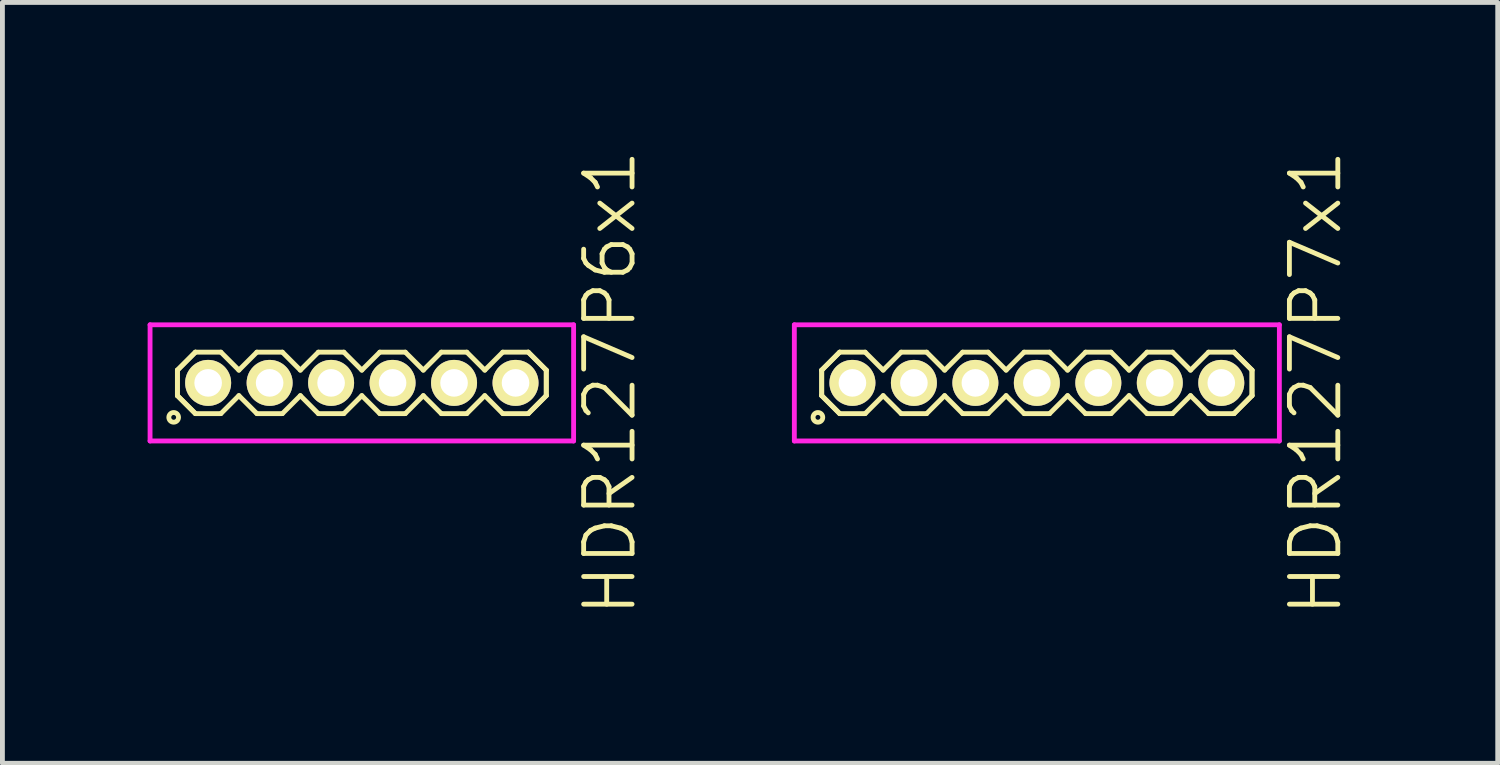
<source format=kicad_pcb>
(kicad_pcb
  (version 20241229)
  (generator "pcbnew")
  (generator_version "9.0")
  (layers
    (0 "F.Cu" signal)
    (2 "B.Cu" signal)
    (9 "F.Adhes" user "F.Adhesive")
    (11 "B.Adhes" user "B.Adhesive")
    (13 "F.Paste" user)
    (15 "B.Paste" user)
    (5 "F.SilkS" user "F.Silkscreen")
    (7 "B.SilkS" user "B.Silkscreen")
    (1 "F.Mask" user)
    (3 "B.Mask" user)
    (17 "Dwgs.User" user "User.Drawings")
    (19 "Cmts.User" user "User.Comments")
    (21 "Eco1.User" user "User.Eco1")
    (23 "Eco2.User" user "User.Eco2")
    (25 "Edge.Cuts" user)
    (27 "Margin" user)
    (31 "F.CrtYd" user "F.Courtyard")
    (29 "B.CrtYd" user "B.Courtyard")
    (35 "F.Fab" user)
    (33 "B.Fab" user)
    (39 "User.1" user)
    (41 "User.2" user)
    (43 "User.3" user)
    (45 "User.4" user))
  (footprint "HDR127P7x1"
    (layer "F.Cu")
    (at 18.37 4.86)
    (property "Reference" "HDR127P7x1" (at 5.76 0 90) (layer "F.SilkS") (effects (font (size 1 1) (thickness 0.1))))
    (attr through_hole)
    (fp_line (start -4.445 -0.263) (end -4.073 -0.635) (stroke (width 0.1) (type solid)) (layer "F.SilkS"))
    (fp_line (start -4.445 -0.263) (end -4.073 -0.635) (stroke (width 0.1) (type solid)) (layer "F.SilkS"))
    (fp_line (start -4.445 0.263) (end -4.445 -0.263) (stroke (width 0.1) (type solid)) (layer "F.SilkS"))
    (fp_line (start -4.445 0.263) (end -4.445 -0.263) (stroke (width 0.1) (type solid)) (layer "F.SilkS"))
    (fp_line (start -4.073 -0.635) (end -3.547 -0.635) (stroke (width 0.1) (type solid)) (layer "F.SilkS"))
    (fp_line (start -4.073 0.635) (end -4.445 0.263) (stroke (width 0.1) (type solid)) (layer "F.SilkS"))
    (fp_line (start -4.073 0.635) (end -4.445 0.263) (stroke (width 0.1) (type solid)) (layer "F.SilkS"))
    (fp_line (start -3.547 -0.635) (end -3.175 -0.263) (stroke (width 0.1) (type solid)) (layer "F.SilkS"))
    (fp_line (start -3.547 0.635) (end -4.073 0.635) (stroke (width 0.1) (type solid)) (layer "F.SilkS"))
    (fp_line (start -3.175 -0.263) (end -2.803 -0.635) (stroke (width 0.1) (type solid)) (layer "F.SilkS"))
    (fp_line (start -3.175 0.263) (end -3.547 0.635) (stroke (width 0.1) (type solid)) (layer "F.SilkS"))
    (fp_line (start -2.803 -0.635) (end -2.277 -0.635) (stroke (width 0.1) (type solid)) (layer "F.SilkS"))
    (fp_line (start -2.803 0.635) (end -3.175 0.263) (stroke (width 0.1) (type solid)) (layer "F.SilkS"))
    (fp_line (start -2.277 -0.635) (end -1.905 -0.263) (stroke (width 0.1) (type solid)) (layer "F.SilkS"))
    (fp_line (start -2.277 0.635) (end -2.803 0.635) (stroke (width 0.1) (type solid)) (layer "F.SilkS"))
    (fp_line (start -1.905 -0.263) (end -1.533 -0.635) (stroke (width 0.1) (type solid)) (layer "F.SilkS"))
    (fp_line (start -1.905 0.263) (end -2.277 0.635) (stroke (width 0.1) (type solid)) (layer "F.SilkS"))
    (fp_line (start -1.533 -0.635) (end -1.007 -0.635) (stroke (width 0.1) (type solid)) (layer "F.SilkS"))
    (fp_line (start -1.533 0.635) (end -1.905 0.263) (stroke (width 0.1) (type solid)) (layer "F.SilkS"))
    (fp_line (start -1.007 -0.635) (end -0.635 -0.263) (stroke (width 0.1) (type solid)) (layer "F.SilkS"))
    (fp_line (start -1.007 0.635) (end -1.533 0.635) (stroke (width 0.1) (type solid)) (layer "F.SilkS"))
    (fp_line (start -0.635 -0.263) (end -0.263 -0.635) (stroke (width 0.1) (type solid)) (layer "F.SilkS"))
    (fp_line (start -0.635 0.263) (end -1.007 0.635) (stroke (width 0.1) (type solid)) (layer "F.SilkS"))
    (fp_line (start -0.263 -0.635) (end 0.263 -0.635) (stroke (width 0.1) (type solid)) (layer "F.SilkS"))
    (fp_line (start -0.263 0.635) (end -0.635 0.263) (stroke (width 0.1) (type solid)) (layer "F.SilkS"))
    (fp_line (start 0.263 -0.635) (end 0.635 -0.263) (stroke (width 0.1) (type solid)) (layer "F.SilkS"))
    (fp_line (start 0.263 0.635) (end -0.263 0.635) (stroke (width 0.1) (type solid)) (layer "F.SilkS"))
    (fp_line (start 0.635 -0.263) (end 1.007 -0.635) (stroke (width 0.1) (type solid)) (layer "F.SilkS"))
    (fp_line (start 0.635 0.263) (end 0.263 0.635) (stroke (width 0.1) (type solid)) (layer "F.SilkS"))
    (fp_line (start 1.007 -0.635) (end 1.533 -0.635) (stroke (width 0.1) (type solid)) (layer "F.SilkS"))
    (fp_line (start 1.007 0.635) (end 0.635 0.263) (stroke (width 0.1) (type solid)) (layer "F.SilkS"))
    (fp_line (start 1.533 -0.635) (end 1.905 -0.263) (stroke (width 0.1) (type solid)) (layer "F.SilkS"))
    (fp_line (start 1.533 0.635) (end 1.007 0.635) (stroke (width 0.1) (type solid)) (layer "F.SilkS"))
    (fp_line (start 1.905 -0.263) (end 2.277 -0.635) (stroke (width 0.1) (type solid)) (layer "F.SilkS"))
    (fp_line (start 1.905 0.263) (end 1.533 0.635) (stroke (width 0.1) (type solid)) (layer "F.SilkS"))
    (fp_line (start 2.277 -0.635) (end 2.803 -0.635) (stroke (width 0.1) (type solid)) (layer "F.SilkS"))
    (fp_line (start 2.277 0.635) (end 1.905 0.263) (stroke (width 0.1) (type solid)) (layer "F.SilkS"))
    (fp_line (start 2.803 -0.635) (end 3.175 -0.263) (stroke (width 0.1) (type solid)) (layer "F.SilkS"))
    (fp_line (start 2.803 0.635) (end 2.277 0.635) (stroke (width 0.1) (type solid)) (layer "F.SilkS"))
    (fp_line (start 3.175 -0.263) (end 3.547 -0.635) (stroke (width 0.1) (type solid)) (layer "F.SilkS"))
    (fp_line (start 3.175 0.263) (end 2.803 0.635) (stroke (width 0.1) (type solid)) (layer "F.SilkS"))
    (fp_line (start 3.547 -0.635) (end 4.073 -0.635) (stroke (width 0.1) (type solid)) (layer "F.SilkS"))
    (fp_line (start 3.547 0.635) (end 3.175 0.263) (stroke (width 0.1) (type solid)) (layer "F.SilkS"))
    (fp_line (start 4.073 -0.635) (end 4.445 -0.263) (stroke (width 0.1) (type solid)) (layer "F.SilkS"))
    (fp_line (start 4.073 -0.635) (end 4.445 -0.263) (stroke (width 0.1) (type solid)) (layer "F.SilkS"))
    (fp_line (start 4.073 0.635) (end 3.547 0.635) (stroke (width 0.1) (type solid)) (layer "F.SilkS"))
    (fp_line (start 4.445 -0.263) (end 4.445 0.263) (stroke (width 0.1) (type solid)) (layer "F.SilkS"))
    (fp_line (start 4.445 -0.263) (end 4.445 0.263) (stroke (width 0.1) (type solid)) (layer "F.SilkS"))
    (fp_line (start 4.445 0.263) (end 4.073 0.635) (stroke (width 0.1) (type solid)) (layer "F.SilkS"))
    (fp_line (start 4.445 0.263) (end 4.073 0.635) (stroke (width 0.1) (type solid)) (layer "F.SilkS"))
    (fp_circle (center -4.523 0.712) (end -4.423 0.712) (stroke (width 0.1) (type solid)) (fill no) (layer "F.SilkS"))
    (fp_line (start -5.01 -1.2) (end -5.01 1.2) (stroke (width 0.1) (type solid)) (layer "F.CrtYd"))
    (fp_line (start -5.01 1.2) (end 5.01 1.2) (stroke (width 0.1) (type solid)) (layer "F.CrtYd"))
    (fp_line (start 5.01 -1.2) (end -5.01 -1.2) (stroke (width 0.1) (type solid)) (layer "F.CrtYd"))
    (fp_line (start 5.01 1.2) (end 5.01 -1.2) (stroke (width 0.1) (type solid)) (layer "F.CrtYd"))
    (pad "1" thru_hole oval (at -3.81 0) (size 0.95 0.95) (drill 0.57) (layers "*.Cu" "*.Mask" "F.SilkS"))
    (pad "2" thru_hole oval (at -2.54 0) (size 0.95 0.95) (drill 0.57) (layers "*.Cu" "*.Mask" "F.SilkS"))
    (pad "3" thru_hole oval (at -1.27 0) (size 0.95 0.95) (drill 0.57) (layers "*.Cu" "*.Mask" "F.SilkS"))
    (pad "4" thru_hole oval (at 0 0) (size 0.95 0.95) (drill 0.57) (layers "*.Cu" "*.Mask" "F.SilkS"))
    (pad "5" thru_hole oval (at 1.27 0) (size 0.95 0.95) (drill 0.57) (layers "*.Cu" "*.Mask" "F.SilkS"))
    (pad "6" thru_hole oval (at 2.54 0) (size 0.95 0.95) (drill 0.57) (layers "*.Cu" "*.Mask" "F.SilkS"))
    (pad "7" thru_hole oval (at 3.81 0) (size 0.95 0.95) (drill 0.57) (layers "*.Cu" "*.Mask" "F.SilkS")))
  (footprint "HDR127P6x1"
    (layer "F.Cu")
    (at 4.425 4.86)
    (property "Reference" "HDR127P6x1" (at 5.125 0 90) (layer "F.SilkS") (effects (font (size 1 1) (thickness 0.1))))
    (attr through_hole)
    (fp_line (start -3.81 -0.263) (end -3.438 -0.635) (stroke (width 0.1) (type solid)) (layer "F.SilkS"))
    (fp_line (start -3.81 -0.263) (end -3.438 -0.635) (stroke (width 0.1) (type solid)) (layer "F.SilkS"))
    (fp_line (start -3.81 0.263) (end -3.81 -0.263) (stroke (width 0.1) (type solid)) (layer "F.SilkS"))
    (fp_line (start -3.81 0.263) (end -3.81 -0.263) (stroke (width 0.1) (type solid)) (layer "F.SilkS"))
    (fp_line (start -3.438 -0.635) (end -2.912 -0.635) (stroke (width 0.1) (type solid)) (layer "F.SilkS"))
    (fp_line (start -3.438 0.635) (end -3.81 0.263) (stroke (width 0.1) (type solid)) (layer "F.SilkS"))
    (fp_line (start -3.438 0.635) (end -3.81 0.263) (stroke (width 0.1) (type solid)) (layer "F.SilkS"))
    (fp_line (start -2.912 -0.635) (end -2.54 -0.263) (stroke (width 0.1) (type solid)) (layer "F.SilkS"))
    (fp_line (start -2.912 0.635) (end -3.438 0.635) (stroke (width 0.1) (type solid)) (layer "F.SilkS"))
    (fp_line (start -2.54 -0.263) (end -2.168 -0.635) (stroke (width 0.1) (type solid)) (layer "F.SilkS"))
    (fp_line (start -2.54 0.263) (end -2.912 0.635) (stroke (width 0.1) (type solid)) (layer "F.SilkS"))
    (fp_line (start -2.168 -0.635) (end -1.642 -0.635) (stroke (width 0.1) (type solid)) (layer "F.SilkS"))
    (fp_line (start -2.168 0.635) (end -2.54 0.263) (stroke (width 0.1) (type solid)) (layer "F.SilkS"))
    (fp_line (start -1.642 -0.635) (end -1.27 -0.263) (stroke (width 0.1) (type solid)) (layer "F.SilkS"))
    (fp_line (start -1.642 0.635) (end -2.168 0.635) (stroke (width 0.1) (type solid)) (layer "F.SilkS"))
    (fp_line (start -1.27 -0.263) (end -0.898 -0.635) (stroke (width 0.1) (type solid)) (layer "F.SilkS"))
    (fp_line (start -1.27 0.263) (end -1.642 0.635) (stroke (width 0.1) (type solid)) (layer "F.SilkS"))
    (fp_line (start -0.898 -0.635) (end -0.372 -0.635) (stroke (width 0.1) (type solid)) (layer "F.SilkS"))
    (fp_line (start -0.898 0.635) (end -1.27 0.263) (stroke (width 0.1) (type solid)) (layer "F.SilkS"))
    (fp_line (start -0.372 -0.635) (end 0 -0.263) (stroke (width 0.1) (type solid)) (layer "F.SilkS"))
    (fp_line (start -0.372 0.635) (end -0.898 0.635) (stroke (width 0.1) (type solid)) (layer "F.SilkS"))
    (fp_line (start 0 -0.263) (end 0.372 -0.635) (stroke (width 0.1) (type solid)) (layer "F.SilkS"))
    (fp_line (start 0 0.263) (end -0.372 0.635) (stroke (width 0.1) (type solid)) (layer "F.SilkS"))
    (fp_line (start 0.372 -0.635) (end 0.898 -0.635) (stroke (width 0.1) (type solid)) (layer "F.SilkS"))
    (fp_line (start 0.372 0.635) (end 0 0.263) (stroke (width 0.1) (type solid)) (layer "F.SilkS"))
    (fp_line (start 0.898 -0.635) (end 1.27 -0.263) (stroke (width 0.1) (type solid)) (layer "F.SilkS"))
    (fp_line (start 0.898 0.635) (end 0.372 0.635) (stroke (width 0.1) (type solid)) (layer "F.SilkS"))
    (fp_line (start 1.27 -0.263) (end 1.642 -0.635) (stroke (width 0.1) (type solid)) (layer "F.SilkS"))
    (fp_line (start 1.27 0.263) (end 0.898 0.635) (stroke (width 0.1) (type solid)) (layer "F.SilkS"))
    (fp_line (start 1.642 -0.635) (end 2.168 -0.635) (stroke (width 0.1) (type solid)) (layer "F.SilkS"))
    (fp_line (start 1.642 0.635) (end 1.27 0.263) (stroke (width 0.1) (type solid)) (layer "F.SilkS"))
    (fp_line (start 2.168 -0.635) (end 2.54 -0.263) (stroke (width 0.1) (type solid)) (layer "F.SilkS"))
    (fp_line (start 2.168 0.635) (end 1.642 0.635) (stroke (width 0.1) (type solid)) (layer "F.SilkS"))
    (fp_line (start 2.54 -0.263) (end 2.912 -0.635) (stroke (width 0.1) (type solid)) (layer "F.SilkS"))
    (fp_line (start 2.54 0.263) (end 2.168 0.635) (stroke (width 0.1) (type solid)) (layer "F.SilkS"))
    (fp_line (start 2.912 -0.635) (end 3.438 -0.635) (stroke (width 0.1) (type solid)) (layer "F.SilkS"))
    (fp_line (start 2.912 0.635) (end 2.54 0.263) (stroke (width 0.1) (type solid)) (layer "F.SilkS"))
    (fp_line (start 3.438 -0.635) (end 3.81 -0.263) (stroke (width 0.1) (type solid)) (layer "F.SilkS"))
    (fp_line (start 3.438 -0.635) (end 3.81 -0.263) (stroke (width 0.1) (type solid)) (layer "F.SilkS"))
    (fp_line (start 3.438 0.635) (end 2.912 0.635) (stroke (width 0.1) (type solid)) (layer "F.SilkS"))
    (fp_line (start 3.81 -0.263) (end 3.81 0.263) (stroke (width 0.1) (type solid)) (layer "F.SilkS"))
    (fp_line (start 3.81 -0.263) (end 3.81 0.263) (stroke (width 0.1) (type solid)) (layer "F.SilkS"))
    (fp_line (start 3.81 0.263) (end 3.438 0.635) (stroke (width 0.1) (type solid)) (layer "F.SilkS"))
    (fp_line (start 3.81 0.263) (end 3.438 0.635) (stroke (width 0.1) (type solid)) (layer "F.SilkS"))
    (fp_circle (center -3.887 0.712) (end -3.787 0.712) (stroke (width 0.1) (type solid)) (fill no) (layer "F.SilkS"))
    (fp_line (start -4.375 -1.2) (end -4.375 1.2) (stroke (width 0.1) (type solid)) (layer "F.CrtYd"))
    (fp_line (start -4.375 1.2) (end 4.375 1.2) (stroke (width 0.1) (type solid)) (layer "F.CrtYd"))
    (fp_line (start 4.375 -1.2) (end -4.375 -1.2) (stroke (width 0.1) (type solid)) (layer "F.CrtYd"))
    (fp_line (start 4.375 1.2) (end 4.375 -1.2) (stroke (width 0.1) (type solid)) (layer "F.CrtYd"))
    (pad "1" thru_hole oval (at -3.175 0) (size 0.95 0.95) (drill 0.57) (layers "*.Cu" "*.Mask" "F.SilkS"))
    (pad "2" thru_hole oval (at -1.905 0) (size 0.95 0.95) (drill 0.57) (layers "*.Cu" "*.Mask" "F.SilkS"))
    (pad "3" thru_hole oval (at -0.635 0) (size 0.95 0.95) (drill 0.57) (layers "*.Cu" "*.Mask" "F.SilkS"))
    (pad "4" thru_hole oval (at 0.635 0) (size 0.95 0.95) (drill 0.57) (layers "*.Cu" "*.Mask" "F.SilkS"))
    (pad "5" thru_hole oval (at 1.905 0) (size 0.95 0.95) (drill 0.57) (layers "*.Cu" "*.Mask" "F.SilkS"))
    (pad "6" thru_hole oval (at 3.175 0) (size 0.95 0.95) (drill 0.57) (layers "*.Cu" "*.Mask" "F.SilkS")))
  (gr_rect
    (start -3 -3)
    (end 27.891 12.719)
    (stroke (width 0.1) (type default))
    (fill no)
    (layer "Edge.Cuts")))
</source>
